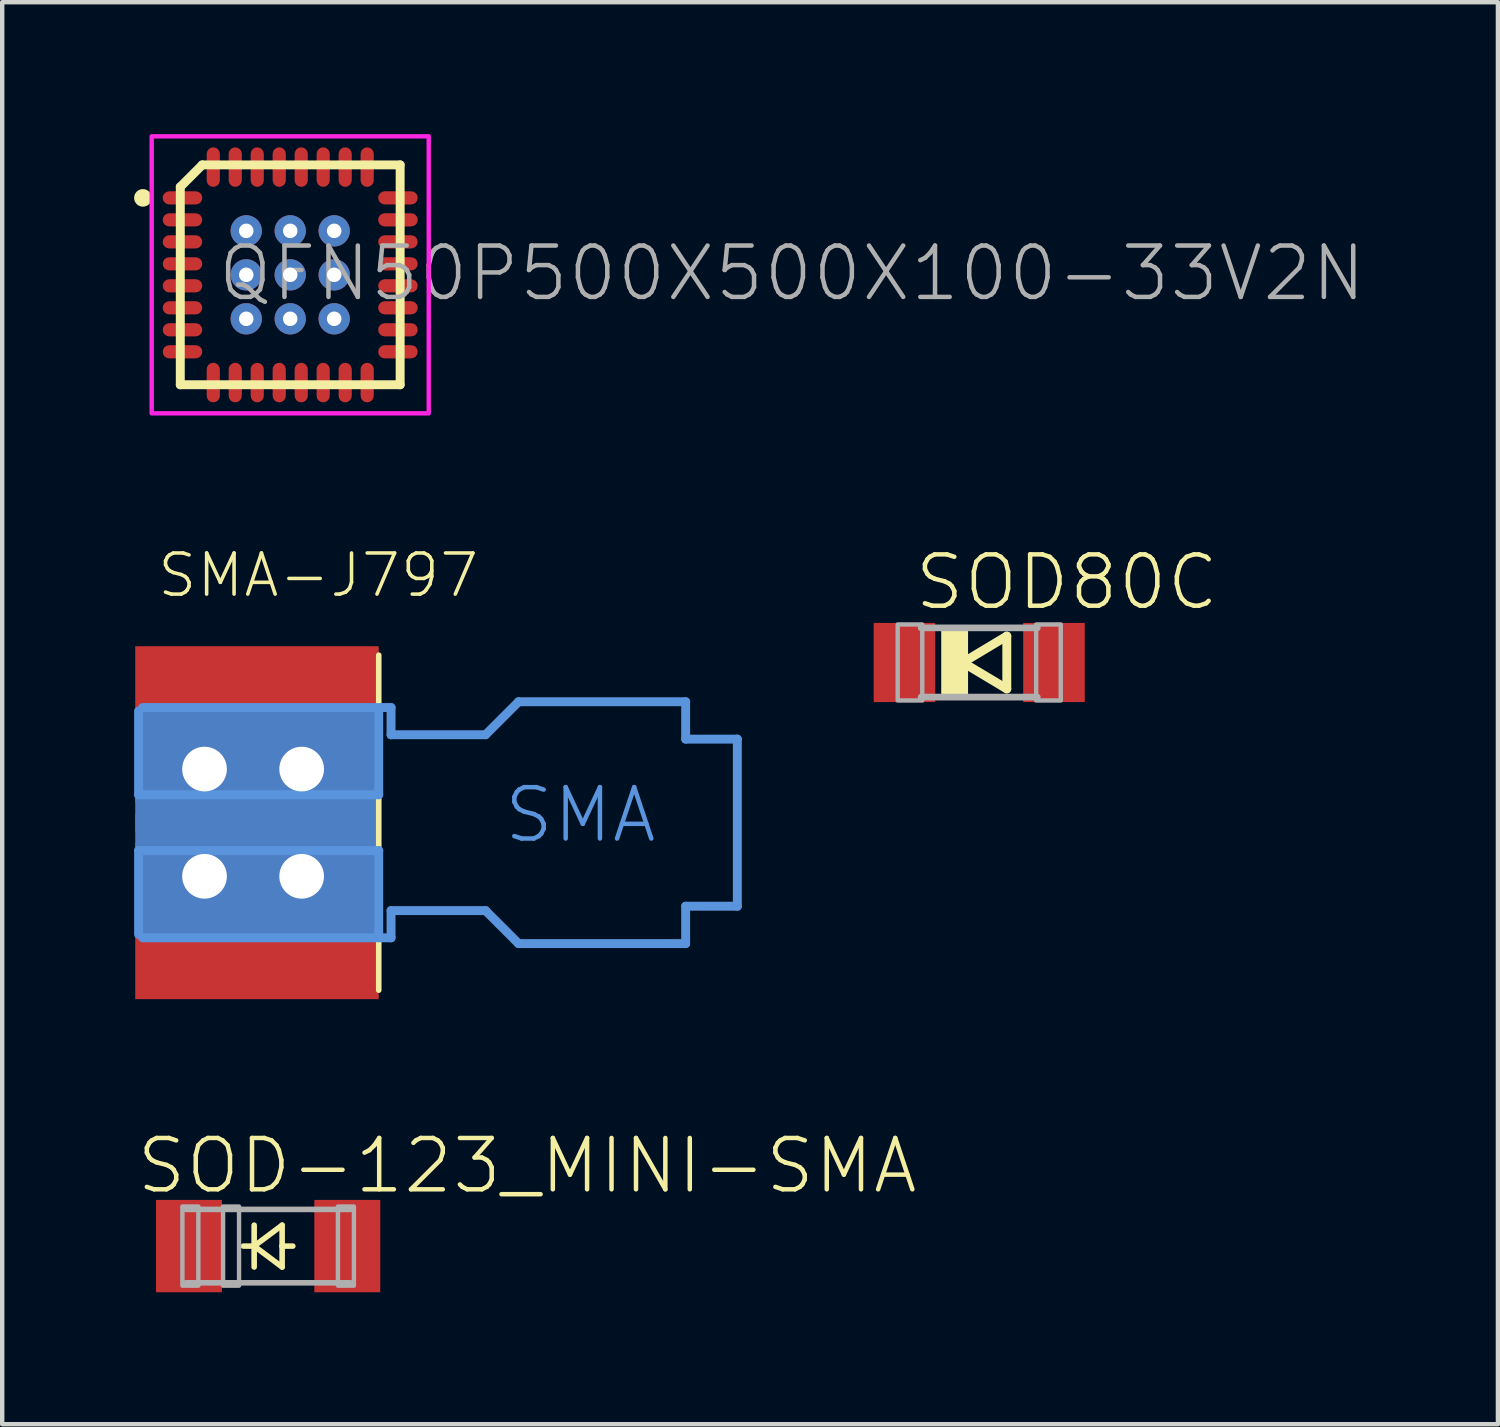
<source format=kicad_pcb>
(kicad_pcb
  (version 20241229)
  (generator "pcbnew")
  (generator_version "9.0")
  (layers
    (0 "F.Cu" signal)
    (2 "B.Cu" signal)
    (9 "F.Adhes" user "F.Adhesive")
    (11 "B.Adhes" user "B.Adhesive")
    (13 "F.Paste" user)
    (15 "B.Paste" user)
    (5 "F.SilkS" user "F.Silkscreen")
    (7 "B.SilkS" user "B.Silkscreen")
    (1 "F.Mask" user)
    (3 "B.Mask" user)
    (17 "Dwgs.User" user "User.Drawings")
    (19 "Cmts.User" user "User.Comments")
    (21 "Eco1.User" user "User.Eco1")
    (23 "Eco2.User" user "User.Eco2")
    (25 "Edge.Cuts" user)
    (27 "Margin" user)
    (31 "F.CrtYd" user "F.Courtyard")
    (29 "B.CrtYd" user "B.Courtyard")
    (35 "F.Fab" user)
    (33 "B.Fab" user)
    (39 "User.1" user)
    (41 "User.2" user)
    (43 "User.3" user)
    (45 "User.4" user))
  (footprint "QFN50P500X500X100-33V2N"
    (layer "F.Cu")
    (at 3.55 3.2)
    (property "Reference" "QFN50P500X500X100-33V2N" (at -1.7 0.65 0) (layer "F.Fab") (effects (font (size 1.168 1.168) (thickness 0.102)) (justify left bottom)))
    (fp_poly (pts (xy -0.449 -1.526) (xy -0.449 -0.449) (xy -1.526 -0.449) (xy -1.526 -1.526)) (stroke (width 0) (type default)) (fill yes) (layer "F.Mask"))
    (fp_poly (pts (xy -0.449 -0.551) (xy -0.449 0.551) (xy -1.526 0.551) (xy -1.526 -0.551)) (stroke (width 0) (type default)) (fill yes) (layer "F.Mask"))
    (fp_poly (pts (xy -0.449 0.449) (xy -0.449 1.526) (xy -1.526 1.526) (xy -1.526 0.449)) (stroke (width 0) (type default)) (fill yes) (layer "F.Mask"))
    (fp_poly (pts (xy 0.551 -1.526) (xy 0.551 -0.449) (xy -0.551 -0.449) (xy -0.551 -1.526)) (stroke (width 0) (type default)) (fill yes) (layer "F.Mask"))
    (fp_poly (pts (xy 0.551 -0.551) (xy 0.551 0.551) (xy -0.551 0.551) (xy -0.551 -0.551)) (stroke (width 0) (type default)) (fill yes) (layer "F.Mask"))
    (fp_poly (pts (xy 0.551 0.449) (xy 0.551 1.526) (xy -0.551 1.526) (xy -0.551 0.449)) (stroke (width 0) (type default)) (fill yes) (layer "F.Mask"))
    (fp_poly (pts (xy 1.526 -1.526) (xy 1.526 -0.449) (xy 0.449 -0.449) (xy 0.449 -1.526)) (stroke (width 0) (type default)) (fill yes) (layer "F.Mask"))
    (fp_poly (pts (xy 1.526 -0.551) (xy 1.526 0.551) (xy 0.449 0.551) (xy 0.449 -0.551)) (stroke (width 0) (type default)) (fill yes) (layer "F.Mask"))
    (fp_poly (pts (xy 1.526 0.449) (xy 1.526 1.526) (xy 0.449 1.526) (xy 0.449 0.449)) (stroke (width 0) (type default)) (fill yes) (layer "F.Mask"))
    (fp_poly (pts (xy -1.5 1.5) (xy 1.5 1.5) (xy 1.5 -1.5) (xy -1.5 -1.5)) (stroke (width 0) (type default)) (fill yes) (layer "B.Mask"))
    (fp_line (start -2.5 -2) (end -2.5 2.5) (stroke (width 0.203) (type solid)) (layer "F.SilkS"))
    (fp_line (start -2.5 -2) (end -2 -2.5) (stroke (width 0.203) (type solid)) (layer "F.SilkS"))
    (fp_line (start -2.5 2.5) (end 2.5 2.5) (stroke (width 0.203) (type solid)) (layer "F.SilkS"))
    (fp_line (start 2.5 -2.5) (end -2 -2.5) (stroke (width 0.203) (type solid)) (layer "F.SilkS"))
    (fp_line (start 2.5 2.5) (end 2.5 -2.5) (stroke (width 0.203) (type solid)) (layer "F.SilkS"))
    (fp_circle (center -3.35 -1.75) (end -3.25 -1.75) (stroke (width 0.2) (type solid)) (fill yes) (layer "F.SilkS"))
    (fp_circle (center -1.3 -0.5) (end -1.2 -0.5) (stroke (width 0.2) (type solid)) (fill yes) (layer "F.Paste"))
    (fp_circle (center -1.3 0.5) (end -1.2 0.5) (stroke (width 0.2) (type solid)) (fill yes) (layer "F.Paste"))
    (fp_circle (center -0.5 -1.3) (end -0.4 -1.3) (stroke (width 0.2) (type solid)) (fill yes) (layer "F.Paste"))
    (fp_circle (center -0.5 -0.5) (end -0.325 -0.5) (stroke (width 0.35) (type solid)) (fill yes) (layer "F.Paste"))
    (fp_circle (center -0.5 0.5) (end -0.325 0.5) (stroke (width 0.35) (type solid)) (fill yes) (layer "F.Paste"))
    (fp_circle (center -0.5 1.3) (end -0.4 1.3) (stroke (width 0.2) (type solid)) (fill yes) (layer "F.Paste"))
    (fp_circle (center 0.5 -1.3) (end 0.6 -1.3) (stroke (width 0.2) (type solid)) (fill yes) (layer "F.Paste"))
    (fp_circle (center 0.5 -0.5) (end 0.675 -0.5) (stroke (width 0.35) (type solid)) (fill yes) (layer "F.Paste"))
    (fp_circle (center 0.5 0.5) (end 0.675 0.5) (stroke (width 0.35) (type solid)) (fill yes) (layer "F.Paste"))
    (fp_circle (center 0.5 1.3) (end 0.6 1.3) (stroke (width 0.2) (type solid)) (fill yes) (layer "F.Paste"))
    (fp_circle (center 1.3 -0.5) (end 1.4 -0.5) (stroke (width 0.2) (type solid)) (fill yes) (layer "F.Paste"))
    (fp_circle (center 1.3 0.5) (end 1.4 0.5) (stroke (width 0.2) (type solid)) (fill yes) (layer "F.Paste"))
    (fp_poly (pts (xy -3.15 3.15) (xy 3.15 3.15) (xy 3.15 -3.15) (xy -3.15 -3.15)) (stroke (width 0.1) (type default)) (fill no) (layer "F.CrtYd"))
    (pad "1" smd roundrect (at -2.45 -1.75) (size 0.9 0.3) (layers "F.Cu" "F.Mask" "F.Paste") (roundrect_rratio 0.5))
    (pad "2" smd roundrect (at -2.45 -1.25) (size 0.9 0.3) (layers "F.Cu" "F.Mask" "F.Paste") (roundrect_rratio 0.5))
    (pad "3" smd roundrect (at -2.45 -0.75) (size 0.9 0.3) (layers "F.Cu" "F.Mask" "F.Paste") (roundrect_rratio 0.5))
    (pad "4" smd roundrect (at -2.45 -0.25) (size 0.9 0.3) (layers "F.Cu" "F.Mask" "F.Paste") (roundrect_rratio 0.5))
    (pad "5" smd roundrect (at -2.45 0.25) (size 0.9 0.3) (layers "F.Cu" "F.Mask" "F.Paste") (roundrect_rratio 0.5))
    (pad "6" smd roundrect (at -2.45 0.75) (size 0.9 0.3) (layers "F.Cu" "F.Mask" "F.Paste") (roundrect_rratio 0.5))
    (pad "7" smd roundrect (at -2.45 1.25) (size 0.9 0.3) (layers "F.Cu" "F.Mask" "F.Paste") (roundrect_rratio 0.5))
    (pad "8" smd roundrect (at -2.45 1.75) (size 0.9 0.3) (layers "F.Cu" "F.Mask" "F.Paste") (roundrect_rratio 0.5))
    (pad "9" smd roundrect (at -1.75 2.45 90) (size 0.9 0.3) (layers "F.Cu" "F.Mask" "F.Paste") (roundrect_rratio 0.5))
    (pad "10" smd roundrect (at -1.25 2.45 90) (size 0.9 0.3) (layers "F.Cu" "F.Mask" "F.Paste") (roundrect_rratio 0.5))
    (pad "11" smd roundrect (at -0.75 2.45 90) (size 0.9 0.3) (layers "F.Cu" "F.Mask" "F.Paste") (roundrect_rratio 0.5))
    (pad "12" smd roundrect (at -0.25 2.45 90) (size 0.9 0.3) (layers "F.Cu" "F.Mask" "F.Paste") (roundrect_rratio 0.5))
    (pad "13" smd roundrect (at 0.25 2.45 90) (size 0.9 0.3) (layers "F.Cu" "F.Mask" "F.Paste") (roundrect_rratio 0.5))
    (pad "14" smd roundrect (at 0.75 2.45 90) (size 0.9 0.3) (layers "F.Cu" "F.Mask" "F.Paste") (roundrect_rratio 0.5))
    (pad "15" smd roundrect (at 1.25 2.45 90) (size 0.9 0.3) (layers "F.Cu" "F.Mask" "F.Paste") (roundrect_rratio 0.5))
    (pad "16" smd roundrect (at 1.75 2.45 90) (size 0.9 0.3) (layers "F.Cu" "F.Mask" "F.Paste") (roundrect_rratio 0.5))
    (pad "17" smd roundrect (at 2.45 1.75 180) (size 0.9 0.3) (layers "F.Cu" "F.Mask" "F.Paste") (roundrect_rratio 0.5))
    (pad "18" smd roundrect (at 2.45 1.25 180) (size 0.9 0.3) (layers "F.Cu" "F.Mask" "F.Paste") (roundrect_rratio 0.5))
    (pad "19" smd roundrect (at 2.45 0.75 180) (size 0.9 0.3) (layers "F.Cu" "F.Mask" "F.Paste") (roundrect_rratio 0.5))
    (pad "20" smd roundrect (at 2.45 0.25 180) (size 0.9 0.3) (layers "F.Cu" "F.Mask" "F.Paste") (roundrect_rratio 0.5))
    (pad "21" smd roundrect (at 2.45 -0.25 180) (size 0.9 0.3) (layers "F.Cu" "F.Mask" "F.Paste") (roundrect_rratio 0.5))
    (pad "22" smd roundrect (at 2.45 -0.75 180) (size 0.9 0.3) (layers "F.Cu" "F.Mask" "F.Paste") (roundrect_rratio 0.5))
    (pad "23" smd roundrect (at 2.45 -1.25 180) (size 0.9 0.3) (layers "F.Cu" "F.Mask" "F.Paste") (roundrect_rratio 0.5))
    (pad "24" smd roundrect (at 2.45 -1.75 180) (size 0.9 0.3) (layers "F.Cu" "F.Mask" "F.Paste") (roundrect_rratio 0.5))
    (pad "25" smd roundrect (at 1.75 -2.45 270) (size 0.9 0.3) (layers "F.Cu" "F.Mask" "F.Paste") (roundrect_rratio 0.5))
    (pad "26" smd roundrect (at 1.25 -2.45 270) (size 0.9 0.3) (layers "F.Cu" "F.Mask" "F.Paste") (roundrect_rratio 0.5))
    (pad "27" smd roundrect (at 0.75 -2.45 270) (size 0.9 0.3) (layers "F.Cu" "F.Mask" "F.Paste") (roundrect_rratio 0.5))
    (pad "28" smd roundrect (at 0.25 -2.45 270) (size 0.9 0.3) (layers "F.Cu" "F.Mask" "F.Paste") (roundrect_rratio 0.5))
    (pad "29" smd roundrect (at -0.25 -2.45 270) (size 0.9 0.3) (layers "F.Cu" "F.Mask" "F.Paste") (roundrect_rratio 0.5))
    (pad "30" smd roundrect (at -0.75 -2.45 270) (size 0.9 0.3) (layers "F.Cu" "F.Mask" "F.Paste") (roundrect_rratio 0.5))
    (pad "31" smd roundrect (at -1.25 -2.45 270) (size 0.9 0.3) (layers "F.Cu" "F.Mask" "F.Paste") (roundrect_rratio 0.5))
    (pad "32" smd roundrect (at -1.75 -2.45 270) (size 0.9 0.3) (layers "F.Cu" "F.Mask" "F.Paste") (roundrect_rratio 0.5))
    (pad "PAD@1_1" thru_hole circle (at -1 -1) (size 0.711 0.711) (drill 0.33) (layers "*.Cu"))
    (pad "PAD@1_2" thru_hole circle (at -1 0) (size 0.711 0.711) (drill 0.33) (layers "*.Cu"))
    (pad "PAD@1_3" thru_hole circle (at -1 1) (size 0.711 0.711) (drill 0.33) (layers "*.Cu"))
    (pad "PAD@2_1" thru_hole circle (at 0 -1) (size 0.711 0.711) (drill 0.33) (layers "*.Cu"))
    (pad "PAD@2_2" thru_hole circle (at 0 0) (size 0.711 0.711) (drill 0.33) (layers "*.Cu"))
    (pad "PAD@2_3" thru_hole circle (at 0 1) (size 0.711 0.711) (drill 0.33) (layers "*.Cu"))
    (pad "PAD@3_1" thru_hole circle (at 1 -1) (size 0.711 0.711) (drill 0.33) (layers "*.Cu"))
    (pad "PAD@3_2" thru_hole circle (at 1 0) (size 0.711 0.711) (drill 0.33) (layers "*.Cu"))
    (pad "PAD@3_3" thru_hole circle (at 1 1) (size 0.711 0.711) (drill 0.33) (layers "*.Cu")))
  (footprint "SOD80C"
    (layer "F.Cu")
    (at 19.219 12.016)
    (property "Reference" "SOD80C" (at -1.524 -1.143 0) (layer "F.SilkS") (effects (font (size 1.168 1.168) (thickness 0.102)) (justify left bottom)))
    (fp_line (start -0.373 0) (end 0.627 0.6) (stroke (width 0.203) (type solid)) (layer "F.SilkS"))
    (fp_line (start 0.627 -0.6) (end -0.373 0) (stroke (width 0.203) (type solid)) (layer "F.SilkS"))
    (fp_line (start 0.627 0.6) (end 0.627 -0.6) (stroke (width 0.203) (type solid)) (layer "F.SilkS"))
    (fp_poly (pts (xy -0.864 0.787) (xy -0.254 0.787) (xy -0.254 -0.787) (xy -0.864 -0.787)) (stroke (width 0) (type default)) (fill yes) (layer "F.SilkS"))
    (fp_line (start 1.321 -0.787) (end -1.321 -0.787) (stroke (width 0.152) (type solid)) (layer "F.Fab"))
    (fp_line (start 1.321 0.787) (end -1.321 0.787) (stroke (width 0.152) (type solid)) (layer "F.Fab"))
    (fp_poly (pts (xy -1.854 0.864) (xy -1.295 0.864) (xy -1.295 -0.864) (xy -1.854 -0.864)) (stroke (width 0.1) (type default)) (fill no) (layer "F.Fab"))
    (fp_poly (pts (xy 1.295 0.864) (xy 1.854 0.864) (xy 1.854 -0.864) (xy 1.295 -0.864)) (stroke (width 0.1) (type default)) (fill no) (layer "F.Fab"))
    (pad "A" smd rect (at 1.7 0) (size 1.4 1.8) (layers "F.Cu" "F.Mask" "F.Paste"))
    (pad "C" smd rect (at -1.7 0) (size 1.4 1.8) (layers "F.Cu" "F.Mask" "F.Paste")))
  (footprint "SOD-123_MINI-SMA"
    (layer "F.Cu")
    (at 3.048 25.288)
    (property "Reference" "SOD-123_MINI-SMA" (at -3.048 -1.143 0) (layer "F.SilkS") (effects (font (size 1.168 1.168) (thickness 0.102)) (justify left bottom)))
    (fp_line (start -0.318 0) (end -0.561 0) (stroke (width 0.127) (type solid)) (layer "F.SilkS"))
    (fp_line (start -0.318 0) (end -0.318 -0.476) (stroke (width 0.127) (type solid)) (layer "F.SilkS"))
    (fp_line (start -0.318 0) (end -0.318 0.476) (stroke (width 0.127) (type solid)) (layer "F.SilkS"))
    (fp_line (start -0.318 0) (end 0.318 0.476) (stroke (width 0.127) (type solid)) (layer "F.SilkS"))
    (fp_line (start 0.318 -0.476) (end -0.318 0) (stroke (width 0.127) (type solid)) (layer "F.SilkS"))
    (fp_line (start 0.318 0) (end 0.318 -0.476) (stroke (width 0.127) (type solid)) (layer "F.SilkS"))
    (fp_line (start 0.318 0) (end 0.561 0) (stroke (width 0.127) (type solid)) (layer "F.SilkS"))
    (fp_line (start 0.318 0.476) (end 0.318 0) (stroke (width 0.127) (type solid)) (layer "F.SilkS"))
    (fp_line (start -1.873 -0.835) (end 1.873 -0.835) (stroke (width 0.127) (type solid)) (layer "F.Fab"))
    (fp_line (start -1.873 0.835) (end 1.873 0.835) (stroke (width 0.127) (type solid)) (layer "F.Fab"))
    (fp_poly (pts (xy -1.95 0.9) (xy -1.587 0.9) (xy -1.587 -0.9) (xy -1.95 -0.9)) (stroke (width 0.1) (type default)) (fill no) (layer "F.Fab"))
    (fp_poly (pts (xy -1.025 0.9) (xy -0.662 0.9) (xy -0.662 -0.9) (xy -1.025 -0.9)) (stroke (width 0.1) (type default)) (fill no) (layer "F.Fab"))
    (fp_poly (pts (xy 1.587 0.9) (xy 1.95 0.9) (xy 1.95 -0.9) (xy 1.587 -0.9)) (stroke (width 0.1) (type default)) (fill no) (layer "F.Fab"))
    (pad "A" smd rect (at 1.8 0 180) (size 1.5 2.1) (layers "F.Cu" "F.Mask" "F.Paste"))
    (pad "C" smd rect (at -1.8 0 180) (size 1.5 2.1) (layers "F.Cu" "F.Mask" "F.Paste")))
  (footprint "SMA-J797"
    (layer "F.Cu")
    (at 5.563 15.659)
    (property "Reference" "SMA-J797" (at -5.08 -5.08 0) (layer "F.SilkS") (effects (font (size 0.935 0.935) (thickness 0.081)) (justify left bottom)))
    (fp_poly (pts (xy -5.563 2.54) (xy 0 2.54) (xy 0 -2.54) (xy -5.563 -2.54)) (stroke (width 0) (type default)) (fill yes) (layer "F.Mask"))
    (fp_line (start 0 -3.81) (end 0 3.81) (stroke (width 0.127) (type solid)) (layer "F.SilkS"))
    (fp_line (start -5.461 -2.54) (end -5.461 -0.635) (stroke (width 0.203) (type solid)) (layer "Cmts.User"))
    (fp_line (start -5.461 -0.635) (end 0 -0.635) (stroke (width 0.203) (type solid)) (layer "Cmts.User"))
    (fp_line (start -5.461 0.635) (end 0 0.635) (stroke (width 0.203) (type solid)) (layer "Cmts.User"))
    (fp_line (start -5.461 2.54) (end -5.461 0.635) (stroke (width 0.203) (type solid)) (layer "Cmts.User"))
    (fp_line (start -5.37 -2.618) (end 0.28 -2.618) (stroke (width 0.203) (type solid)) (layer "Cmts.User"))
    (fp_line (start 0 -0.635) (end 0 -2.54) (stroke (width 0.203) (type solid)) (layer "Cmts.User"))
    (fp_line (start 0 0.635) (end 0 2.54) (stroke (width 0.203) (type solid)) (layer "Cmts.User"))
    (fp_line (start 0.28 -2.618) (end 0.28 -2) (stroke (width 0.203) (type solid)) (layer "Cmts.User"))
    (fp_line (start 0.28 -2) (end 2.43 -2) (stroke (width 0.203) (type solid)) (layer "Cmts.User"))
    (fp_line (start 0.28 2) (end 0.28 2.618) (stroke (width 0.203) (type solid)) (layer "Cmts.User"))
    (fp_line (start 0.28 2.618) (end -5.37 2.618) (stroke (width 0.203) (type solid)) (layer "Cmts.User"))
    (fp_line (start 2.43 -2) (end 3.18 -2.75) (stroke (width 0.203) (type solid)) (layer "Cmts.User"))
    (fp_line (start 2.43 2) (end 0.28 2) (stroke (width 0.203) (type solid)) (layer "Cmts.User"))
    (fp_line (start 3.18 -2.75) (end 6.98 -2.75) (stroke (width 0.203) (type solid)) (layer "Cmts.User"))
    (fp_line (start 3.18 2.75) (end 2.43 2) (stroke (width 0.203) (type solid)) (layer "Cmts.User"))
    (fp_line (start 6.98 -2.75) (end 6.98 -1.9) (stroke (width 0.203) (type solid)) (layer "Cmts.User"))
    (fp_line (start 6.98 -1.9) (end 8.155 -1.9) (stroke (width 0.203) (type solid)) (layer "Cmts.User"))
    (fp_line (start 6.98 1.9) (end 6.98 2.75) (stroke (width 0.203) (type solid)) (layer "Cmts.User"))
    (fp_line (start 6.98 2.75) (end 3.18 2.75) (stroke (width 0.203) (type solid)) (layer "Cmts.User"))
    (fp_line (start 8.155 -1.9) (end 8.155 1.9) (stroke (width 0.203) (type solid)) (layer "Cmts.User"))
    (fp_line (start 8.155 1.9) (end 6.98 1.9) (stroke (width 0.203) (type solid)) (layer "Cmts.User"))
    (fp_text user "SMA" (at 2.794 0.508 0) (layer "Cmts.User") (effects (font (size 1.168 1.168) (thickness 0.102)) (justify left bottom)))
    (pad "GND@1" thru_hole rect (at -3.962 -1.219) (size 1.27 1.27) (drill 1.016) (layers "*.Cu" "*.Mask"))
    (pad "GND@2" thru_hole rect (at -1.753 -1.219) (size 1.27 1.27) (drill 1.016) (layers "*.Cu" "*.Mask"))
    (pad "GND@3" thru_hole rect (at -3.962 1.219) (size 1.27 1.27) (drill 1.016) (layers "*.Cu" "*.Mask"))
    (pad "GND@4" thru_hole rect (at -1.753 1.219) (size 1.27 1.27) (drill 1.016) (layers "*.Cu" "*.Mask"))
    (pad "GND@5" smd rect (at -2.769 0 180) (size 5.537 5.08) (layers "B.Cu" "B.Mask"))
    (pad "GND@6" smd rect (at -2.769 -2.235) (size 5.537 3.556) (layers "F.Cu" "F.Mask"))
    (pad "GND@7" smd rect (at -2.769 2.235) (size 5.537 3.556) (layers "F.Cu" "F.Mask"))
    (pad "PIN" smd rect (at -2.769 0) (size 5.537 0.406) (layers "F.Cu" "F.Mask")))
  (gr_rect
    (start -3 -3)
    (end 31.015 29.338)
    (stroke (width 0.1) (type default))
    (fill no)
    (layer "Edge.Cuts")))
</source>
